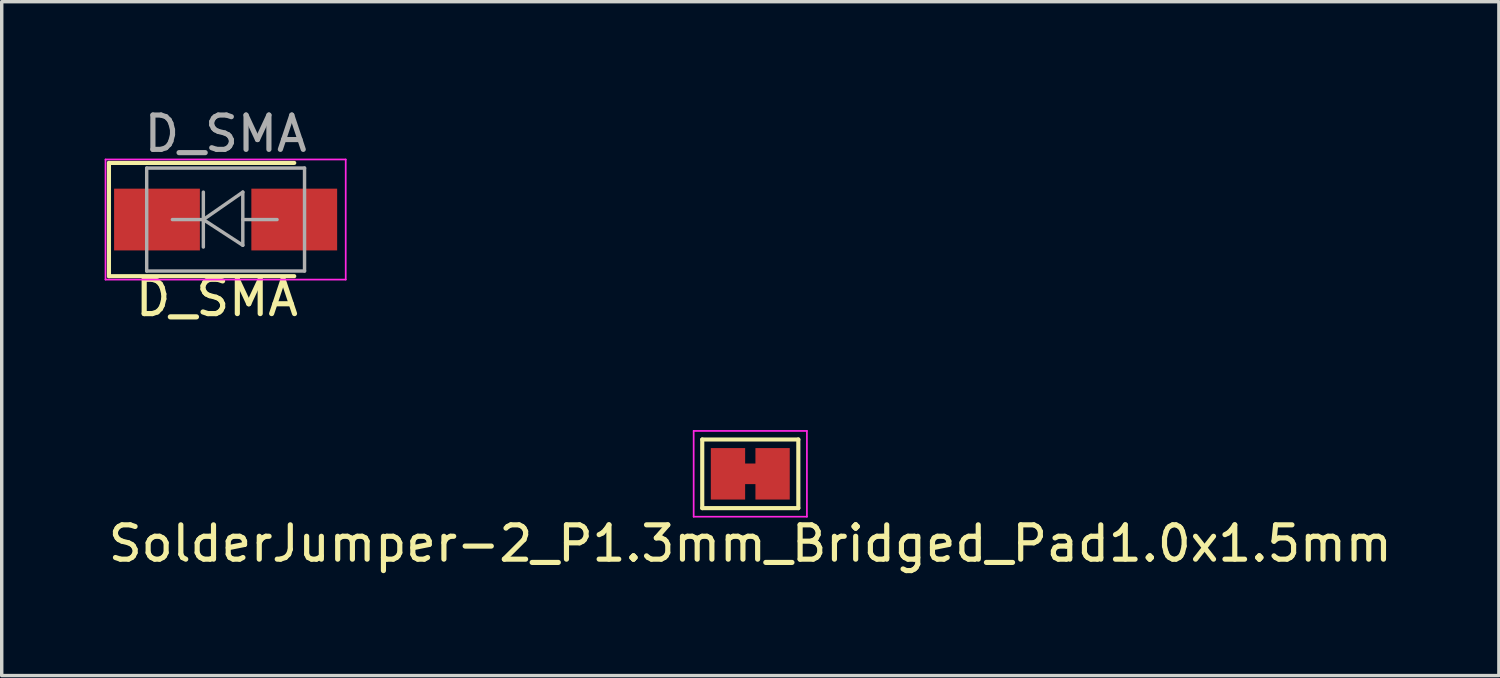
<source format=kicad_pcb>
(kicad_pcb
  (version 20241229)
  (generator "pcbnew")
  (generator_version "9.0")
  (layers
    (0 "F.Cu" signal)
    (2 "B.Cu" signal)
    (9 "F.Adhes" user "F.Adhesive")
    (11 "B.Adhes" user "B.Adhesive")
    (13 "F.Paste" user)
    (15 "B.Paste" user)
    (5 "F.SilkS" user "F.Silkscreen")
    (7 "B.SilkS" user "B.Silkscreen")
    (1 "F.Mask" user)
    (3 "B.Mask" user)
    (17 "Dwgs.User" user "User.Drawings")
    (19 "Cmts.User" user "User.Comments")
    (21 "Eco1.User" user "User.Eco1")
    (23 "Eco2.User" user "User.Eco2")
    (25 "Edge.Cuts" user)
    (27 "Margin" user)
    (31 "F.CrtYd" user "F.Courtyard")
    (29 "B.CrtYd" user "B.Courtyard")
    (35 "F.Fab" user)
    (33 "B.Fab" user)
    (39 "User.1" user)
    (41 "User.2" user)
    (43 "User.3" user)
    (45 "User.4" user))
  (footprint "D_SMA"
    (layer "F.Cu")
    (at 3.525 3.348)
    (property "Reference" "D_SMA" (at -0.254 2.286 0) (layer "F.SilkS") (effects (font (size 1 1) (thickness 0.15))))
    (attr smd)
    (fp_line (start -3.4 -1.65) (end -3.4 1.65) (stroke (width 0.12) (type solid)) (layer "F.SilkS"))
    (fp_line (start -3.4 -1.65) (end 2 -1.65) (stroke (width 0.12) (type solid)) (layer "F.SilkS"))
    (fp_line (start -3.4 1.65) (end 2 1.65) (stroke (width 0.12) (type solid)) (layer "F.SilkS"))
    (fp_line (start -3.5 -1.75) (end 3.5 -1.75) (stroke (width 0.05) (type solid)) (layer "F.CrtYd"))
    (fp_line (start -3.5 1.75) (end -3.5 -1.75) (stroke (width 0.05) (type solid)) (layer "F.CrtYd"))
    (fp_line (start 3.5 -1.75) (end 3.5 1.75) (stroke (width 0.05) (type solid)) (layer "F.CrtYd"))
    (fp_line (start 3.5 1.75) (end -3.5 1.75) (stroke (width 0.05) (type solid)) (layer "F.CrtYd"))
    (fp_line (start -2.3 1.5) (end -2.3 -1.5) (stroke (width 0.1) (type solid)) (layer "F.Fab"))
    (fp_line (start -0.649 -0.799) (end -0.649 0.801) (stroke (width 0.1) (type solid)) (layer "F.Fab"))
    (fp_line (start -0.649 0.001) (end -1.551 0.001) (stroke (width 0.1) (type solid)) (layer "F.Fab"))
    (fp_line (start -0.649 0.001) (end 0.501 -0.799) (stroke (width 0.1) (type solid)) (layer "F.Fab"))
    (fp_line (start -0.649 0.001) (end 0.501 0.75) (stroke (width 0.1) (type solid)) (layer "F.Fab"))
    (fp_line (start 0.501 0.001) (end 1.499 0.001) (stroke (width 0.1) (type solid)) (layer "F.Fab"))
    (fp_line (start 0.501 0.75) (end 0.501 -0.799) (stroke (width 0.1) (type solid)) (layer "F.Fab"))
    (fp_line (start 2.3 -1.5) (end -2.3 -1.5) (stroke (width 0.1) (type solid)) (layer "F.Fab"))
    (fp_line (start 2.3 -1.5) (end 2.3 1.5) (stroke (width 0.1) (type solid)) (layer "F.Fab"))
    (fp_line (start 2.3 1.5) (end -2.3 1.5) (stroke (width 0.1) (type solid)) (layer "F.Fab"))
    (fp_text user "${REFERENCE}" (at 0 -2.5 0) (layer "F.Fab") (effects (font (size 1 1) (thickness 0.15))))
    (pad "1" smd rect (at -2 0 180) (size 2.5 1.8) (layers "F.Cu" "F.Mask" "F.Paste"))
    (pad "2" smd rect (at 2 0 180) (size 2.5 1.8) (layers "F.Cu" "F.Mask" "F.Paste")))
  (footprint "SolderJumper-2_P1.3mm_Bridged_Pad1.0x1.5mm"
    (layer "F.Cu")
    (at 18.815 10.758)
    (property "Reference" "SolderJumper-2_P1.3mm_Bridged_Pad1.0x1.5mm" (at 0 2.032 0) (layer "F.SilkS") (effects (font (size 1 1) (thickness 0.15))))
    (attr exclude_from_pos_files)
    (fp_poly (pts (xy -0.25 -0.3) (xy 0.25 -0.3) (xy 0.25 0.3) (xy -0.25 0.3)) (stroke (width 0) (type solid)) (fill yes) (layer "F.Cu"))
    (fp_line (start -1.4 -1) (end 1.4 -1) (stroke (width 0.12) (type solid)) (layer "F.SilkS"))
    (fp_line (start -1.4 1) (end -1.4 -1) (stroke (width 0.12) (type solid)) (layer "F.SilkS"))
    (fp_line (start 1.4 -1) (end 1.4 1) (stroke (width 0.12) (type solid)) (layer "F.SilkS"))
    (fp_line (start 1.4 1) (end -1.4 1) (stroke (width 0.12) (type solid)) (layer "F.SilkS"))
    (fp_line (start -1.65 -1.25) (end -1.65 1.25) (stroke (width 0.05) (type solid)) (layer "F.CrtYd"))
    (fp_line (start -1.65 -1.25) (end 1.65 -1.25) (stroke (width 0.05) (type solid)) (layer "F.CrtYd"))
    (fp_line (start 1.65 1.25) (end -1.65 1.25) (stroke (width 0.05) (type solid)) (layer "F.CrtYd"))
    (fp_line (start 1.65 1.25) (end 1.65 -1.25) (stroke (width 0.05) (type solid)) (layer "F.CrtYd"))
    (pad "1" smd rect (at -0.65 0 180) (size 1 1.5) (layers "F.Cu" "F.Mask"))
    (pad "2" smd rect (at 0.65 0 180) (size 1 1.5) (layers "F.Cu" "F.Mask")))
  (gr_rect
    (start -3 -3)
    (end 40.631 16.638)
    (stroke (width 0.1) (type default))
    (fill no)
    (layer "Edge.Cuts")))
</source>
